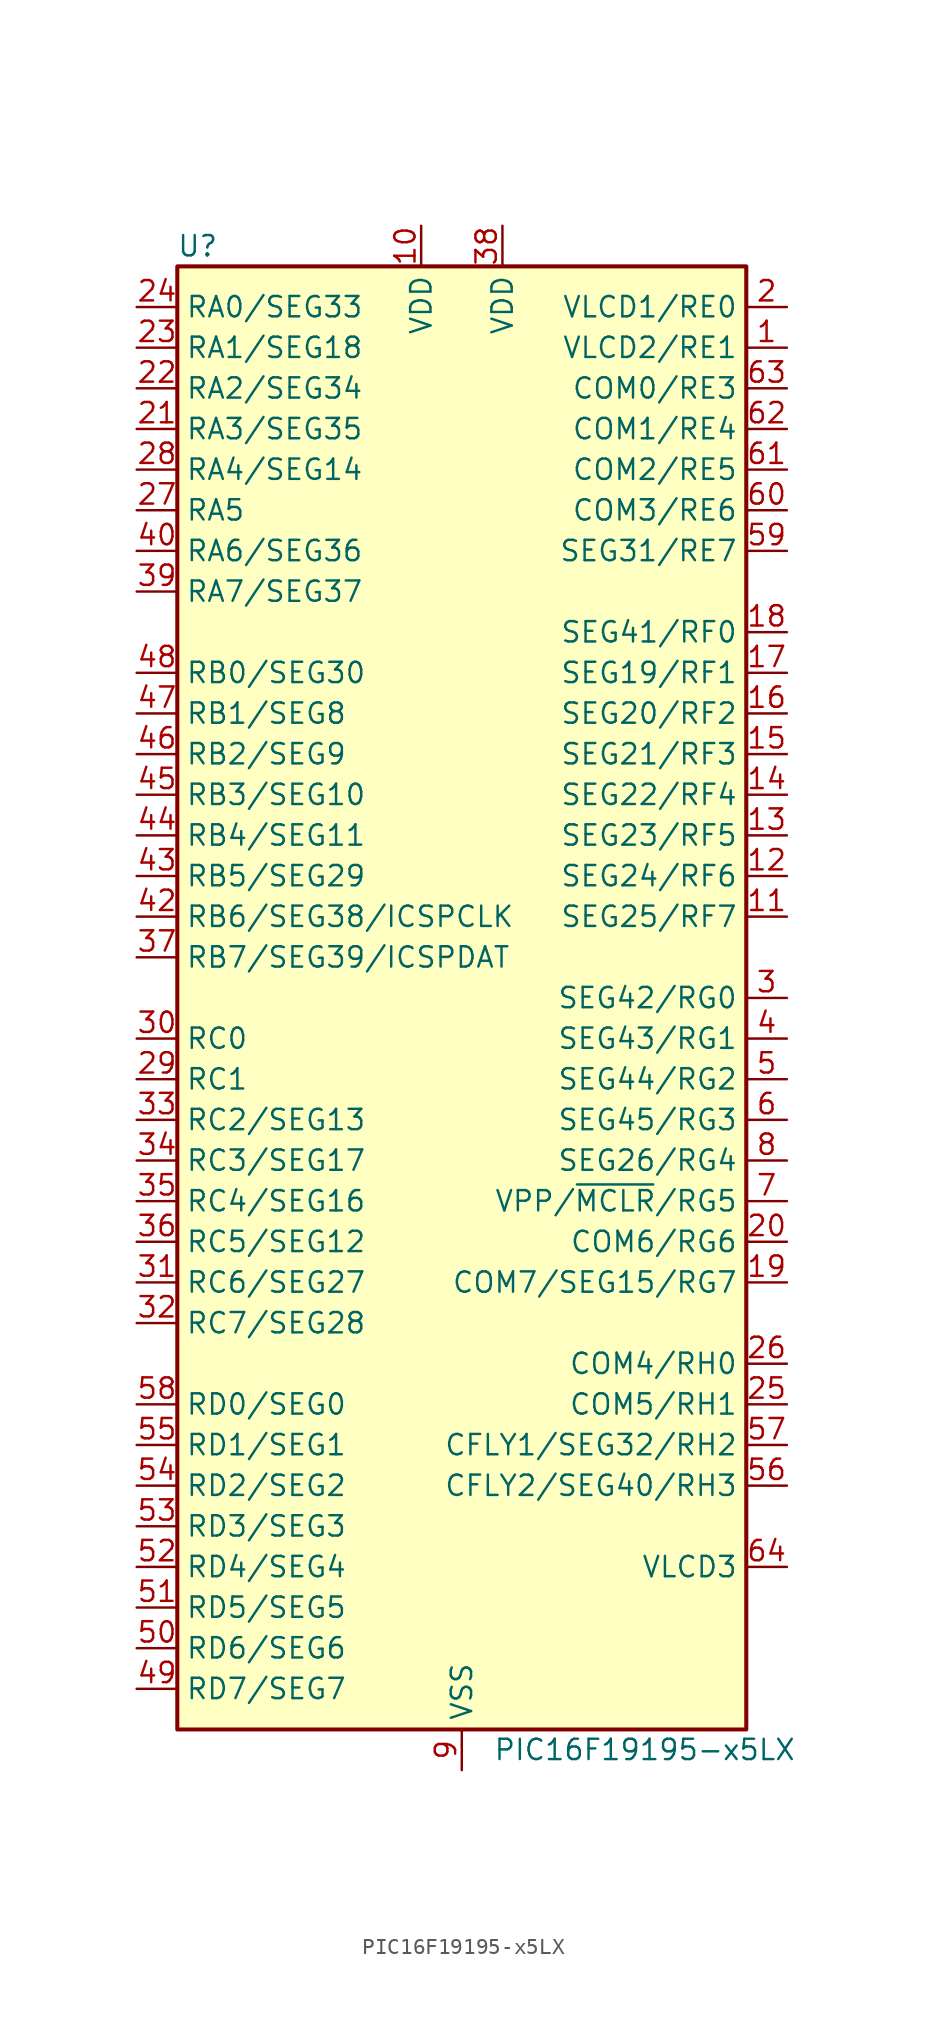
<source format=kicad_sym>
(kicad_symbol_lib
  (version 20201005)
  (generator kicad_symbol_editor)
  (symbol "MCU_Microchip_PIC16:PIC16F19195-x5LX"
    (property "Reference" "U"
      (at -16.51 46.99 0)
      (effects (font (size 1.27 1.27))))
    (property "Value" "PIC16F19195-x5LX"
      (at 11.43 -46.99 0)
      (effects (font (size 1.27 1.27))))
    (symbol "PIC16F19195-x5LX_0_1"
      (rectangle (start -17.78 45.72) (end 17.78 -45.72) (stroke (width 0.254)) (fill (type background))))
    (symbol "PIC16F19195-x5LX_1_1"
      (pin bidirectional line (at 20.32 40.64 180) (length 2.54) (name "VLCD2/RE1" (effects (font (size 1.27 1.27)))) (number "1" (effects (font (size 1.27 1.27)))))
      (pin power_in line (at -2.54 48.26 270) (length 2.54) (name "VDD" (effects (font (size 1.27 1.27)))) (number "10" (effects (font (size 1.27 1.27)))))
      (pin bidirectional line (at 20.32 5.08 180) (length 2.54) (name "SEG25/RF7" (effects (font (size 1.27 1.27)))) (number "11" (effects (font (size 1.27 1.27)))))
      (pin bidirectional line (at 20.32 7.62 180) (length 2.54) (name "SEG24/RF6" (effects (font (size 1.27 1.27)))) (number "12" (effects (font (size 1.27 1.27)))))
      (pin bidirectional line (at 20.32 10.16 180) (length 2.54) (name "SEG23/RF5" (effects (font (size 1.27 1.27)))) (number "13" (effects (font (size 1.27 1.27)))))
      (pin bidirectional line (at 20.32 12.7 180) (length 2.54) (name "SEG22/RF4" (effects (font (size 1.27 1.27)))) (number "14" (effects (font (size 1.27 1.27)))))
      (pin bidirectional line (at 20.32 15.24 180) (length 2.54) (name "SEG21/RF3" (effects (font (size 1.27 1.27)))) (number "15" (effects (font (size 1.27 1.27)))))
      (pin bidirectional line (at 20.32 17.78 180) (length 2.54) (name "SEG20/RF2" (effects (font (size 1.27 1.27)))) (number "16" (effects (font (size 1.27 1.27)))))
      (pin bidirectional line (at 20.32 20.32 180) (length 2.54) (name "SEG19/RF1" (effects (font (size 1.27 1.27)))) (number "17" (effects (font (size 1.27 1.27)))))
      (pin bidirectional line (at 20.32 22.86 180) (length 2.54) (name "SEG41/RF0" (effects (font (size 1.27 1.27)))) (number "18" (effects (font (size 1.27 1.27)))))
      (pin bidirectional line (at 20.32 -17.78 180) (length 2.54) (name "COM7/SEG15/RG7" (effects (font (size 1.27 1.27)))) (number "19" (effects (font (size 1.27 1.27)))))
      (pin bidirectional line (at 20.32 43.18 180) (length 2.54) (name "VLCD1/RE0" (effects (font (size 1.27 1.27)))) (number "2" (effects (font (size 1.27 1.27)))))
      (pin bidirectional line (at 20.32 -15.24 180) (length 2.54) (name "COM6/RG6" (effects (font (size 1.27 1.27)))) (number "20" (effects (font (size 1.27 1.27)))))
      (pin bidirectional line (at -20.32 35.56 0) (length 2.54) (name "RA3/SEG35" (effects (font (size 1.27 1.27)))) (number "21" (effects (font (size 1.27 1.27)))))
      (pin bidirectional line (at -20.32 38.1 0) (length 2.54) (name "RA2/SEG34" (effects (font (size 1.27 1.27)))) (number "22" (effects (font (size 1.27 1.27)))))
      (pin bidirectional line (at -20.32 40.64 0) (length 2.54) (name "RA1/SEG18" (effects (font (size 1.27 1.27)))) (number "23" (effects (font (size 1.27 1.27)))))
      (pin bidirectional line (at -20.32 43.18 0) (length 2.54) (name "RA0/SEG33" (effects (font (size 1.27 1.27)))) (number "24" (effects (font (size 1.27 1.27)))))
      (pin bidirectional line (at 20.32 -25.4 180) (length 2.54) (name "COM5/RH1" (effects (font (size 1.27 1.27)))) (number "25" (effects (font (size 1.27 1.27)))))
      (pin bidirectional line (at 20.32 -22.86 180) (length 2.54) (name "COM4/RH0" (effects (font (size 1.27 1.27)))) (number "26" (effects (font (size 1.27 1.27)))))
      (pin bidirectional line (at -20.32 30.48 0) (length 2.54) (name "RA5" (effects (font (size 1.27 1.27)))) (number "27" (effects (font (size 1.27 1.27)))))
      (pin bidirectional line (at -20.32 33.02 0) (length 2.54) (name "RA4/SEG14" (effects (font (size 1.27 1.27)))) (number "28" (effects (font (size 1.27 1.27)))))
      (pin bidirectional line (at -20.32 -5.08 0) (length 2.54) (name "RC1" (effects (font (size 1.27 1.27)))) (number "29" (effects (font (size 1.27 1.27)))))
      (pin bidirectional line (at 20.32 0 180) (length 2.54) (name "SEG42/RG0" (effects (font (size 1.27 1.27)))) (number "3" (effects (font (size 1.27 1.27)))))
      (pin bidirectional line (at -20.32 -2.54 0) (length 2.54) (name "RC0" (effects (font (size 1.27 1.27)))) (number "30" (effects (font (size 1.27 1.27)))))
      (pin bidirectional line (at -20.32 -17.78 0) (length 2.54) (name "RC6/SEG27" (effects (font (size 1.27 1.27)))) (number "31" (effects (font (size 1.27 1.27)))))
      (pin bidirectional line (at -20.32 -20.32 0) (length 2.54) (name "RC7/SEG28" (effects (font (size 1.27 1.27)))) (number "32" (effects (font (size 1.27 1.27)))))
      (pin bidirectional line (at -20.32 -7.62 0) (length 2.54) (name "RC2/SEG13" (effects (font (size 1.27 1.27)))) (number "33" (effects (font (size 1.27 1.27)))))
      (pin bidirectional line (at -20.32 -10.16 0) (length 2.54) (name "RC3/SEG17" (effects (font (size 1.27 1.27)))) (number "34" (effects (font (size 1.27 1.27)))))
      (pin bidirectional line (at -20.32 -12.7 0) (length 2.54) (name "RC4/SEG16" (effects (font (size 1.27 1.27)))) (number "35" (effects (font (size 1.27 1.27)))))
      (pin bidirectional line (at -20.32 -15.24 0) (length 2.54) (name "RC5/SEG12" (effects (font (size 1.27 1.27)))) (number "36" (effects (font (size 1.27 1.27)))))
      (pin bidirectional line (at -20.32 2.54 0) (length 2.54) (name "RB7/SEG39/ICSPDAT" (effects (font (size 1.27 1.27)))) (number "37" (effects (font (size 1.27 1.27)))))
      (pin power_in line (at 2.54 48.26 270) (length 2.54) (name "VDD" (effects (font (size 1.27 1.27)))) (number "38" (effects (font (size 1.27 1.27)))))
      (pin bidirectional line (at -20.32 25.4 0) (length 2.54) (name "RA7/SEG37" (effects (font (size 1.27 1.27)))) (number "39" (effects (font (size 1.27 1.27)))))
      (pin bidirectional line (at 20.32 -2.54 180) (length 2.54) (name "SEG43/RG1" (effects (font (size 1.27 1.27)))) (number "4" (effects (font (size 1.27 1.27)))))
      (pin bidirectional line (at -20.32 27.94 0) (length 2.54) (name "RA6/SEG36" (effects (font (size 1.27 1.27)))) (number "40" (effects (font (size 1.27 1.27)))))
      (pin passive line (at 0 -48.26 90) (length 2.54) hide (name "VSS" (effects (font (size 1.27 1.27)))) (number "41" (effects (font (size 1.27 1.27)))))
      (pin bidirectional line (at -20.32 5.08 0) (length 2.54) (name "RB6/SEG38/ICSPCLK" (effects (font (size 1.27 1.27)))) (number "42" (effects (font (size 1.27 1.27)))))
      (pin bidirectional line (at -20.32 7.62 0) (length 2.54) (name "RB5/SEG29" (effects (font (size 1.27 1.27)))) (number "43" (effects (font (size 1.27 1.27)))))
      (pin bidirectional line (at -20.32 10.16 0) (length 2.54) (name "RB4/SEG11" (effects (font (size 1.27 1.27)))) (number "44" (effects (font (size 1.27 1.27)))))
      (pin bidirectional line (at -20.32 12.7 0) (length 2.54) (name "RB3/SEG10" (effects (font (size 1.27 1.27)))) (number "45" (effects (font (size 1.27 1.27)))))
      (pin bidirectional line (at -20.32 15.24 0) (length 2.54) (name "RB2/SEG9" (effects (font (size 1.27 1.27)))) (number "46" (effects (font (size 1.27 1.27)))))
      (pin bidirectional line (at -20.32 17.78 0) (length 2.54) (name "RB1/SEG8" (effects (font (size 1.27 1.27)))) (number "47" (effects (font (size 1.27 1.27)))))
      (pin bidirectional line (at -20.32 20.32 0) (length 2.54) (name "RB0/SEG30" (effects (font (size 1.27 1.27)))) (number "48" (effects (font (size 1.27 1.27)))))
      (pin bidirectional line (at -20.32 -43.18 0) (length 2.54) (name "RD7/SEG7" (effects (font (size 1.27 1.27)))) (number "49" (effects (font (size 1.27 1.27)))))
      (pin bidirectional line (at 20.32 -5.08 180) (length 2.54) (name "SEG44/RG2" (effects (font (size 1.27 1.27)))) (number "5" (effects (font (size 1.27 1.27)))))
      (pin bidirectional line (at -20.32 -40.64 0) (length 2.54) (name "RD6/SEG6" (effects (font (size 1.27 1.27)))) (number "50" (effects (font (size 1.27 1.27)))))
      (pin bidirectional line (at -20.32 -38.1 0) (length 2.54) (name "RD5/SEG5" (effects (font (size 1.27 1.27)))) (number "51" (effects (font (size 1.27 1.27)))))
      (pin bidirectional line (at -20.32 -35.56 0) (length 2.54) (name "RD4/SEG4" (effects (font (size 1.27 1.27)))) (number "52" (effects (font (size 1.27 1.27)))))
      (pin bidirectional line (at -20.32 -33.02 0) (length 2.54) (name "RD3/SEG3" (effects (font (size 1.27 1.27)))) (number "53" (effects (font (size 1.27 1.27)))))
      (pin bidirectional line (at -20.32 -30.48 0) (length 2.54) (name "RD2/SEG2" (effects (font (size 1.27 1.27)))) (number "54" (effects (font (size 1.27 1.27)))))
      (pin bidirectional line (at -20.32 -27.94 0) (length 2.54) (name "RD1/SEG1" (effects (font (size 1.27 1.27)))) (number "55" (effects (font (size 1.27 1.27)))))
      (pin bidirectional line (at 20.32 -30.48 180) (length 2.54) (name "CFLY2/SEG40/RH3" (effects (font (size 1.27 1.27)))) (number "56" (effects (font (size 1.27 1.27)))))
      (pin bidirectional line (at 20.32 -27.94 180) (length 2.54) (name "CFLY1/SEG32/RH2" (effects (font (size 1.27 1.27)))) (number "57" (effects (font (size 1.27 1.27)))))
      (pin bidirectional line (at -20.32 -25.4 0) (length 2.54) (name "RD0/SEG0" (effects (font (size 1.27 1.27)))) (number "58" (effects (font (size 1.27 1.27)))))
      (pin bidirectional line (at 20.32 27.94 180) (length 2.54) (name "SEG31/RE7" (effects (font (size 1.27 1.27)))) (number "59" (effects (font (size 1.27 1.27)))))
      (pin bidirectional line (at 20.32 -7.62 180) (length 2.54) (name "SEG45/RG3" (effects (font (size 1.27 1.27)))) (number "6" (effects (font (size 1.27 1.27)))))
      (pin bidirectional line (at 20.32 30.48 180) (length 2.54) (name "COM3/RE6" (effects (font (size 1.27 1.27)))) (number "60" (effects (font (size 1.27 1.27)))))
      (pin bidirectional line (at 20.32 33.02 180) (length 2.54) (name "COM2/RE5" (effects (font (size 1.27 1.27)))) (number "61" (effects (font (size 1.27 1.27)))))
      (pin bidirectional line (at 20.32 35.56 180) (length 2.54) (name "COM1/RE4" (effects (font (size 1.27 1.27)))) (number "62" (effects (font (size 1.27 1.27)))))
      (pin bidirectional line (at 20.32 38.1 180) (length 2.54) (name "COM0/RE3" (effects (font (size 1.27 1.27)))) (number "63" (effects (font (size 1.27 1.27)))))
      (pin input line (at 20.32 -35.56 180) (length 2.54) (name "VLCD3" (effects (font (size 1.27 1.27)))) (number "64" (effects (font (size 1.27 1.27)))))
      (pin passive line (at 0 -48.26 90) (length 2.54) hide (name "VSS" (effects (font (size 1.27 1.27)))) (number "65" (effects (font (size 1.27 1.27)))))
      (pin bidirectional line (at 20.32 -12.7 180) (length 2.54) (name "VPP/~MCLR~/RG5" (effects (font (size 1.27 1.27)))) (number "7" (effects (font (size 1.27 1.27)))))
      (pin bidirectional line (at 20.32 -10.16 180) (length 2.54) (name "SEG26/RG4" (effects (font (size 1.27 1.27)))) (number "8" (effects (font (size 1.27 1.27)))))
      (pin power_in line (at 0 -48.26 90) (length 2.54) (name "VSS" (effects (font (size 1.27 1.27)))) (number "9" (effects (font (size 1.27 1.27))))))))
</source>
